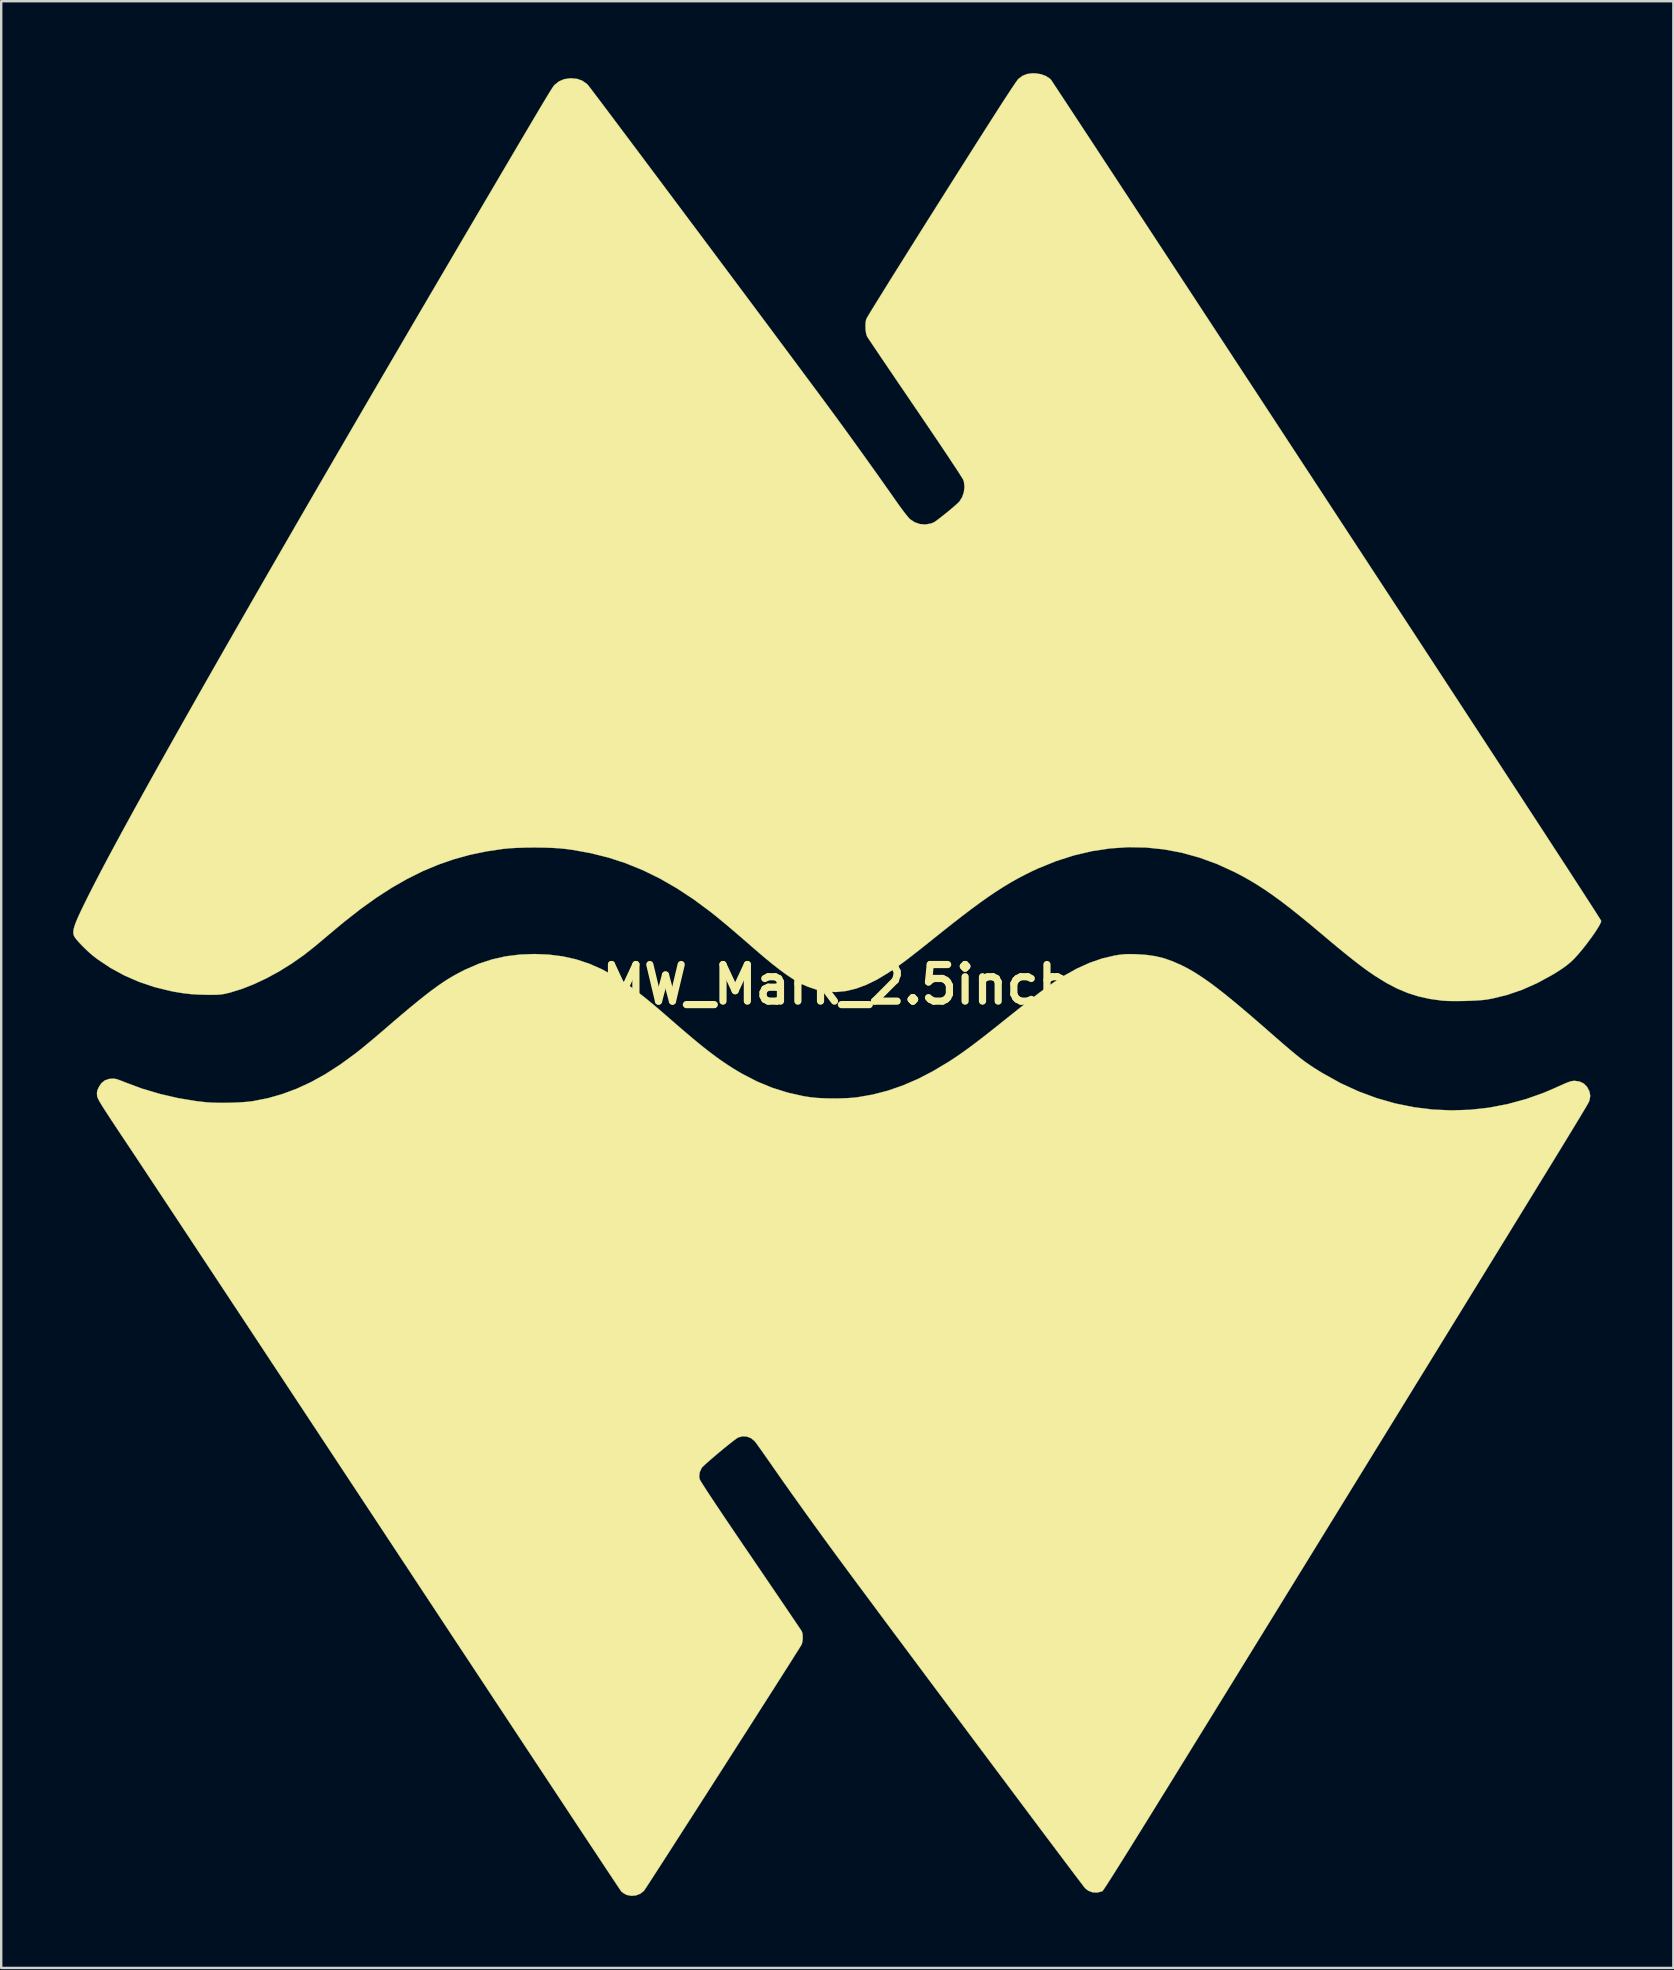
<source format=kicad_pcb>
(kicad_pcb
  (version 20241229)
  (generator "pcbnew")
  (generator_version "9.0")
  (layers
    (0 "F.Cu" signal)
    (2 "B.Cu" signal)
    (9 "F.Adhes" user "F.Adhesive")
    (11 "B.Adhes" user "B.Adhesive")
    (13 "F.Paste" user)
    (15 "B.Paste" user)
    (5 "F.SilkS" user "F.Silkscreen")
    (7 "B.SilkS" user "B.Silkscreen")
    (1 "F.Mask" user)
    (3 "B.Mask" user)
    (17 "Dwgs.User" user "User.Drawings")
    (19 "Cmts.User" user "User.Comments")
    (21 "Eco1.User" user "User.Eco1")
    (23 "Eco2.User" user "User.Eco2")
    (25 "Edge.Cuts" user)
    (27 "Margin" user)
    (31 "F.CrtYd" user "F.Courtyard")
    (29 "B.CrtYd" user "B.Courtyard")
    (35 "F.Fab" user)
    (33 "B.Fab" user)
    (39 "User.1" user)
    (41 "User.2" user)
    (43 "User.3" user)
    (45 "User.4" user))
  (footprint "MW_Mark_2.5inch"
    (layer "F.Cu")
    (at 31.827 37.973)
    (property "Reference" "MW_Mark_2.5inch" (at 0 0 0) (layer "F.SilkS") (effects (font (size 1.524 1.524) (thickness 0.3))))
    (attr through_hole)
    (fp_poly (pts (xy 8.273 -37.966) (xy 8.499 -37.931) (xy 8.702 -37.855) (xy 8.867 -37.746) (xy 8.908 -37.706) (xy 8.929 -37.676) (xy 8.984 -37.594) (xy 9.071 -37.461) (xy 9.191 -37.28) (xy 9.342 -37.051) (xy 9.524 -36.775) (xy 9.734 -36.455) (xy 9.974 -36.091) (xy 10.24 -35.685) (xy 10.534 -35.239) (xy 10.853 -34.753) (xy 11.196 -34.229) (xy 11.564 -33.669) (xy 11.954 -33.074) (xy 12.367 -32.445) (xy 12.801 -31.784) (xy 13.255 -31.092) (xy 13.728 -30.371) (xy 14.219 -29.622) (xy 14.728 -28.846) (xy 15.253 -28.044) (xy 15.794 -27.219) (xy 16.35 -26.371) (xy 16.919 -25.502) (xy 17.502 -24.614) (xy 18.096 -23.707) (xy 18.701 -22.783) (xy 19.316 -21.844) (xy 19.941 -20.891) (xy 20.406 -20.18) (xy 21.185 -18.991) (xy 21.94 -17.838) (xy 22.671 -16.721) (xy 23.378 -15.642) (xy 24.059 -14.601) (xy 24.714 -13.599) (xy 25.344 -12.636) (xy 25.948 -11.713) (xy 26.524 -10.831) (xy 27.074 -9.99) (xy 27.596 -9.191) (xy 28.089 -8.435) (xy 28.555 -7.722) (xy 28.991 -7.053) (xy 29.398 -6.428) (xy 29.775 -5.849) (xy 30.123 -5.315) (xy 30.439 -4.829) (xy 30.724 -4.389) (xy 30.978 -3.997) (xy 31.2 -3.654) (xy 31.39 -3.36) (xy 31.547 -3.116) (xy 31.671 -2.922) (xy 31.761 -2.78) (xy 31.817 -2.689) (xy 31.839 -2.651) (xy 31.839 -2.65) (xy 31.817 -2.576) (xy 31.759 -2.461) (xy 31.67 -2.313) (xy 31.556 -2.14) (xy 31.421 -1.948) (xy 31.272 -1.747) (xy 31.113 -1.542) (xy 30.949 -1.343) (xy 30.838 -1.214) (xy 30.697 -1.062) (xy 30.553 -0.926) (xy 30.395 -0.796) (xy 30.211 -0.664) (xy 29.989 -0.52) (xy 29.79 -0.399) (xy 29.17 -0.061) (xy 28.546 0.216) (xy 27.919 0.431) (xy 27.291 0.584) (xy 27.069 0.623) (xy 26.901 0.643) (xy 26.685 0.66) (xy 26.435 0.673) (xy 26.168 0.682) (xy 25.898 0.686) (xy 25.641 0.686) (xy 25.411 0.681) (xy 25.225 0.669) (xy 25.193 0.666) (xy 24.694 0.597) (xy 24.226 0.493) (xy 23.776 0.35) (xy 23.333 0.164) (xy 22.886 -0.07) (xy 22.423 -0.356) (xy 22.376 -0.387) (xy 22.176 -0.524) (xy 21.961 -0.679) (xy 21.728 -0.854) (xy 21.472 -1.053) (xy 21.187 -1.281) (xy 20.87 -1.54) (xy 20.514 -1.836) (xy 20.164 -2.131) (xy 19.695 -2.524) (xy 19.265 -2.875) (xy 18.869 -3.19) (xy 18.502 -3.471) (xy 18.156 -3.723) (xy 17.828 -3.95) (xy 17.51 -4.156) (xy 17.199 -4.344) (xy 16.887 -4.519) (xy 16.569 -4.685) (xy 16.544 -4.698) (xy 15.823 -5.027) (xy 15.094 -5.292) (xy 14.359 -5.495) (xy 13.619 -5.634) (xy 12.875 -5.711) (xy 12.127 -5.724) (xy 11.378 -5.674) (xy 10.627 -5.561) (xy 9.877 -5.385) (xy 9.129 -5.146) (xy 8.382 -4.843) (xy 8.132 -4.728) (xy 7.829 -4.578) (xy 7.532 -4.422) (xy 7.236 -4.255) (xy 6.936 -4.074) (xy 6.626 -3.876) (xy 6.301 -3.657) (xy 5.957 -3.413) (xy 5.588 -3.141) (xy 5.188 -2.837) (xy 4.753 -2.498) (xy 4.278 -2.121) (xy 4.149 -2.018) (xy 3.81 -1.746) (xy 3.513 -1.51) (xy 3.254 -1.307) (xy 3.027 -1.13) (xy 2.825 -0.977) (xy 2.643 -0.843) (xy 2.476 -0.723) (xy 2.316 -0.613) (xy 2.16 -0.509) (xy 2.125 -0.486) (xy 1.661 -0.207) (xy 1.215 0.011) (xy 0.784 0.17) (xy 0.366 0.269) (xy -0.042 0.31) (xy -0.443 0.292) (xy -0.839 0.217) (xy -1.233 0.083) (xy -1.423 -0.002) (xy -1.637 -0.114) (xy -1.866 -0.251) (xy -2.112 -0.416) (xy -2.382 -0.613) (xy -2.68 -0.845) (xy -3.01 -1.116) (xy -3.377 -1.429) (xy -3.533 -1.565) (xy -3.955 -1.932) (xy -4.333 -2.256) (xy -4.668 -2.539) (xy -4.962 -2.782) (xy -5.216 -2.986) (xy -5.268 -3.027) (xy -5.973 -3.55) (xy -6.674 -4.012) (xy -7.374 -4.415) (xy -8.079 -4.761) (xy -8.793 -5.052) (xy -9.52 -5.29) (xy -10.266 -5.477) (xy -11.034 -5.615) (xy -11.331 -5.654) (xy -11.599 -5.68) (xy -11.915 -5.698) (xy -12.262 -5.709) (xy -12.625 -5.712) (xy -12.988 -5.708) (xy -13.335 -5.697) (xy -13.651 -5.679) (xy -13.91 -5.654) (xy -14.615 -5.549) (xy -15.299 -5.406) (xy -15.964 -5.222) (xy -16.617 -4.996) (xy -17.261 -4.726) (xy -17.902 -4.408) (xy -18.545 -4.041) (xy -19.194 -3.622) (xy -19.854 -3.149) (xy -20.529 -2.62) (xy -20.829 -2.372) (xy -21.017 -2.214) (xy -21.214 -2.049) (xy -21.405 -1.888) (xy -21.578 -1.743) (xy -21.718 -1.626) (xy -21.743 -1.604) (xy -22.221 -1.227) (xy -22.724 -0.875) (xy -23.241 -0.553) (xy -23.766 -0.267) (xy -24.287 -0.021) (xy -24.796 0.18) (xy -25.284 0.331) (xy -25.329 0.342) (xy -25.465 0.375) (xy -25.581 0.398) (xy -25.695 0.413) (xy -25.822 0.422) (xy -25.979 0.426) (xy -26.181 0.426) (xy -26.212 0.426) (xy -26.584 0.418) (xy -26.921 0.397) (xy -27.248 0.359) (xy -27.593 0.303) (xy -27.771 0.268) (xy -28.438 0.104) (xy -29.083 -0.113) (xy -29.698 -0.381) (xy -30.279 -0.698) (xy -30.82 -1.06) (xy -30.954 -1.162) (xy -31.094 -1.277) (xy -31.243 -1.412) (xy -31.393 -1.557) (xy -31.533 -1.7) (xy -31.652 -1.832) (xy -31.741 -1.942) (xy -31.783 -2.007) (xy -31.809 -2.072) (xy -31.822 -2.145) (xy -31.82 -2.231) (xy -31.802 -2.335) (xy -31.764 -2.463) (xy -31.707 -2.618) (xy -31.627 -2.806) (xy -31.523 -3.032) (xy -31.394 -3.301) (xy -31.237 -3.618) (xy -31.128 -3.835) (xy -30.902 -4.278) (xy -30.644 -4.774) (xy -30.353 -5.323) (xy -30.03 -5.924) (xy -29.675 -6.578) (xy -29.289 -7.282) (xy -28.873 -8.036) (xy -28.426 -8.841) (xy -27.948 -9.694) (xy -27.441 -10.596) (xy -26.905 -11.545) (xy -26.34 -12.541) (xy -25.746 -13.584) (xy -25.123 -14.673) (xy -24.473 -15.806) (xy -23.796 -16.984) (xy -23.091 -18.206) (xy -22.36 -19.471) (xy -21.603 -20.778) (xy -20.819 -22.127) (xy -20.01 -23.517) (xy -19.176 -24.947) (xy -18.317 -26.417) (xy -17.434 -27.927) (xy -16.526 -29.474) (xy -15.595 -31.06) (xy -14.721 -32.546) (xy -14.364 -33.151) (xy -14.039 -33.705) (xy -13.742 -34.208) (xy -13.474 -34.663) (xy -13.232 -35.074) (xy -13.015 -35.441) (xy -12.821 -35.769) (xy -12.65 -36.058) (xy -12.499 -36.313) (xy -12.368 -36.534) (xy -12.254 -36.724) (xy -12.156 -36.887) (xy -12.074 -37.023) (xy -12.004 -37.137) (xy -11.947 -37.23) (xy -11.9 -37.304) (xy -11.862 -37.362) (xy -11.832 -37.407) (xy -11.807 -37.441) (xy -11.788 -37.466) (xy -11.771 -37.484) (xy -11.767 -37.489) (xy -11.585 -37.633) (xy -11.37 -37.724) (xy -11.124 -37.76) (xy -11.08 -37.761) (xy -10.835 -37.738) (xy -10.628 -37.667) (xy -10.447 -37.545) (xy -10.385 -37.485) (xy -10.356 -37.45) (xy -10.291 -37.366) (xy -10.192 -37.236) (xy -10.061 -37.063) (xy -9.899 -36.849) (xy -9.709 -36.596) (xy -9.492 -36.308) (xy -9.251 -35.986) (xy -8.987 -35.634) (xy -8.701 -35.254) (xy -8.397 -34.848) (xy -8.076 -34.419) (xy -7.74 -33.97) (xy -7.39 -33.503) (xy -7.029 -33.02) (xy -6.659 -32.525) (xy -6.281 -32.019) (xy -5.897 -31.506) (xy -5.51 -30.988) (xy -5.12 -30.466) (xy -4.731 -29.945) (xy -4.344 -29.427) (xy -3.961 -28.913) (xy -3.583 -28.407) (xy -3.213 -27.911) (xy -2.853 -27.428) (xy -2.505 -26.959) (xy -2.169 -26.509) (xy -1.849 -26.079) (xy -1.546 -25.672) (xy -1.263 -25.291) (xy -1 -24.937) (xy -0.76 -24.614) (xy -0.545 -24.324) (xy -0.357 -24.069) (xy -0.198 -23.853) (xy -0.069 -23.677) (xy -0.056 -23.66) (xy 0.212 -23.293) (xy 0.5 -22.896) (xy 0.801 -22.479) (xy 1.107 -22.053) (xy 1.411 -21.627) (xy 1.707 -21.213) (xy 1.985 -20.819) (xy 2.241 -20.457) (xy 2.46 -20.143) (xy 2.591 -19.959) (xy 2.719 -19.785) (xy 2.836 -19.63) (xy 2.936 -19.505) (xy 3.011 -19.419) (xy 3.039 -19.392) (xy 3.232 -19.263) (xy 3.448 -19.188) (xy 3.677 -19.169) (xy 3.906 -19.209) (xy 4.016 -19.25) (xy 4.079 -19.288) (xy 4.18 -19.36) (xy 4.308 -19.457) (xy 4.454 -19.572) (xy 4.606 -19.695) (xy 4.755 -19.818) (xy 4.891 -19.934) (xy 5.003 -20.034) (xy 5.081 -20.109) (xy 5.1 -20.13) (xy 5.212 -20.308) (xy 5.283 -20.515) (xy 5.309 -20.732) (xy 5.287 -20.941) (xy 5.261 -21.026) (xy 5.234 -21.074) (xy 5.174 -21.171) (xy 5.083 -21.314) (xy 4.963 -21.499) (xy 4.815 -21.722) (xy 4.644 -21.981) (xy 4.45 -22.271) (xy 4.237 -22.59) (xy 4.005 -22.933) (xy 3.759 -23.297) (xy 3.5 -23.679) (xy 3.249 -24.048) (xy 2.987 -24.433) (xy 2.734 -24.805) (xy 2.493 -25.16) (xy 2.266 -25.494) (xy 2.056 -25.804) (xy 1.864 -26.087) (xy 1.695 -26.338) (xy 1.549 -26.555) (xy 1.429 -26.734) (xy 1.337 -26.871) (xy 1.277 -26.962) (xy 1.25 -27.005) (xy 1.249 -27.006) (xy 1.213 -27.115) (xy 1.19 -27.263) (xy 1.182 -27.428) (xy 1.189 -27.587) (xy 1.213 -27.716) (xy 1.217 -27.729) (xy 1.239 -27.77) (xy 1.293 -27.862) (xy 1.377 -28.002) (xy 1.491 -28.188) (xy 1.632 -28.416) (xy 1.798 -28.684) (xy 1.988 -28.99) (xy 2.199 -29.33) (xy 2.431 -29.701) (xy 2.682 -30.101) (xy 2.949 -30.527) (xy 3.231 -30.976) (xy 3.526 -31.446) (xy 3.833 -31.933) (xy 4.15 -32.436) (xy 4.34 -32.737) (xy 4.753 -33.39) (xy 5.133 -33.991) (xy 5.482 -34.541) (xy 5.799 -35.041) (xy 6.087 -35.493) (xy 6.346 -35.899) (xy 6.577 -36.261) (xy 6.781 -36.579) (xy 6.959 -36.855) (xy 7.113 -37.09) (xy 7.242 -37.287) (xy 7.349 -37.447) (xy 7.433 -37.571) (xy 7.497 -37.661) (xy 7.54 -37.718) (xy 7.56 -37.739) (xy 7.727 -37.864) (xy 7.911 -37.938) (xy 8.125 -37.968) (xy 8.273 -37.966)) (stroke (width 0.01) (type solid)) (fill yes) (layer "F.SilkS"))
    (fp_poly (pts (xy -12.012 -1.249) (xy -11.434 -1.176) (xy -10.877 -1.052) (xy -10.335 -0.873) (xy -9.8 -0.639) (xy -9.264 -0.346) (xy -8.914 -0.124) (xy -8.69 0.029) (xy -8.463 0.192) (xy -8.227 0.371) (xy -7.975 0.57) (xy -7.7 0.796) (xy -7.395 1.054) (xy -7.053 1.35) (xy -6.971 1.421) (xy -6.57 1.77) (xy -6.209 2.078) (xy -5.883 2.352) (xy -5.586 2.594) (xy -5.312 2.809) (xy -5.056 3.002) (xy -4.811 3.177) (xy -4.573 3.338) (xy -4.336 3.49) (xy -4.094 3.636) (xy -3.949 3.72) (xy -3.336 4.037) (xy -2.699 4.3) (xy -2.047 4.505) (xy -1.386 4.652) (xy -1.098 4.696) (xy -0.834 4.723) (xy -0.526 4.739) (xy -0.195 4.746) (xy 0.139 4.743) (xy 0.458 4.73) (xy 0.742 4.708) (xy 0.843 4.696) (xy 1.479 4.585) (xy 2.106 4.423) (xy 2.73 4.208) (xy 3.356 3.939) (xy 3.989 3.612) (xy 4.634 3.227) (xy 4.727 3.167) (xy 4.933 3.031) (xy 5.143 2.888) (xy 5.362 2.732) (xy 5.598 2.559) (xy 5.855 2.365) (xy 6.14 2.145) (xy 6.46 1.894) (xy 6.819 1.608) (xy 6.95 1.503) (xy 7.324 1.204) (xy 7.654 0.942) (xy 7.945 0.713) (xy 8.202 0.514) (xy 8.43 0.34) (xy 8.635 0.187) (xy 8.821 0.053) (xy 8.993 -0.067) (xy 9.157 -0.177) (xy 9.317 -0.281) (xy 9.469 -0.375) (xy 9.999 -0.67) (xy 10.527 -0.908) (xy 11.051 -1.089) (xy 11.565 -1.209) (xy 11.59 -1.213) (xy 11.763 -1.241) (xy 11.914 -1.258) (xy 12.063 -1.268) (xy 12.231 -1.269) (xy 12.437 -1.265) (xy 12.493 -1.263) (xy 12.902 -1.235) (xy 13.273 -1.181) (xy 13.626 -1.094) (xy 13.98 -0.969) (xy 14.355 -0.803) (xy 14.403 -0.779) (xy 14.613 -0.671) (xy 14.83 -0.548) (xy 15.056 -0.407) (xy 15.296 -0.247) (xy 15.553 -0.065) (xy 15.831 0.143) (xy 16.133 0.379) (xy 16.463 0.646) (xy 16.825 0.947) (xy 17.222 1.285) (xy 17.659 1.662) (xy 18.031 1.988) (xy 18.338 2.256) (xy 18.604 2.486) (xy 18.835 2.684) (xy 19.038 2.854) (xy 19.219 3.001) (xy 19.385 3.13) (xy 19.541 3.246) (xy 19.696 3.353) (xy 19.854 3.458) (xy 20.022 3.564) (xy 20.206 3.677) (xy 20.26 3.709) (xy 20.984 4.11) (xy 21.725 4.45) (xy 22.479 4.73) (xy 23.245 4.95) (xy 24.02 5.108) (xy 24.801 5.206) (xy 25.585 5.242) (xy 26.371 5.217) (xy 27.155 5.13) (xy 27.935 4.981) (xy 28.708 4.77) (xy 29.395 4.528) (xy 29.532 4.472) (xy 29.707 4.398) (xy 29.898 4.314) (xy 30.086 4.23) (xy 30.125 4.213) (xy 30.307 4.131) (xy 30.445 4.074) (xy 30.551 4.038) (xy 30.637 4.018) (xy 30.715 4.011) (xy 30.739 4.011) (xy 30.939 4.04) (xy 31.111 4.123) (xy 31.247 4.258) (xy 31.342 4.438) (xy 31.348 4.453) (xy 31.381 4.635) (xy 31.354 4.811) (xy 31.325 4.886) (xy 31.314 4.908) (xy 31.297 4.94) (xy 31.272 4.984) (xy 31.239 5.041) (xy 31.198 5.112) (xy 31.147 5.198) (xy 31.085 5.301) (xy 31.013 5.421) (xy 30.93 5.56) (xy 30.833 5.719) (xy 30.724 5.899) (xy 30.601 6.102) (xy 30.463 6.328) (xy 30.31 6.579) (xy 30.141 6.856) (xy 29.955 7.16) (xy 29.752 7.492) (xy 29.53 7.853) (xy 29.289 8.245) (xy 29.029 8.67) (xy 28.748 9.127) (xy 28.447 9.618) (xy 28.123 10.145) (xy 27.777 10.708) (xy 27.407 11.309) (xy 27.014 11.949) (xy 26.595 12.63) (xy 26.151 13.351) (xy 25.681 14.115) (xy 25.184 14.923) (xy 24.659 15.776) (xy 24.106 16.674) (xy 23.524 17.621) (xy 22.912 18.615) (xy 22.269 19.659) (xy 21.595 20.754) (xy 20.889 21.901) (xy 20.27 22.907) (xy 19.586 24.017) (xy 18.935 25.074) (xy 18.316 26.08) (xy 17.728 27.034) (xy 17.17 27.939) (xy 16.643 28.795) (xy 16.144 29.604) (xy 15.674 30.367) (xy 15.231 31.084) (xy 14.815 31.758) (xy 14.426 32.389) (xy 14.062 32.978) (xy 13.723 33.527) (xy 13.407 34.036) (xy 13.116 34.507) (xy 12.847 34.941) (xy 12.6 35.339) (xy 12.374 35.702) (xy 12.169 36.032) (xy 11.983 36.329) (xy 11.817 36.594) (xy 11.669 36.83) (xy 11.539 37.036) (xy 11.426 37.215) (xy 11.329 37.366) (xy 11.248 37.492) (xy 11.182 37.594) (xy 11.129 37.672) (xy 11.091 37.728) (xy 11.065 37.762) (xy 11.051 37.777) (xy 11.05 37.778) (xy 10.842 37.831) (xy 10.647 37.823) (xy 10.47 37.756) (xy 10.344 37.66) (xy 10.316 37.626) (xy 10.252 37.544) (xy 10.154 37.415) (xy 10.023 37.243) (xy 9.862 37.03) (xy 9.673 36.779) (xy 9.456 36.492) (xy 9.215 36.171) (xy 8.951 35.819) (xy 8.665 35.439) (xy 8.361 35.033) (xy 8.039 34.604) (xy 7.702 34.153) (xy 7.351 33.685) (xy 6.989 33.2) (xy 6.616 32.703) (xy 6.236 32.194) (xy 5.85 31.678) (xy 5.459 31.155) (xy 5.067 30.63) (xy 4.674 30.103) (xy 4.282 29.579) (xy 3.894 29.059) (xy 3.511 28.545) (xy 3.135 28.041) (xy 2.768 27.549) (xy 2.412 27.072) (xy 2.069 26.611) (xy 1.741 26.17) (xy 1.429 25.75) (xy 1.136 25.355) (xy 0.862 24.987) (xy 0.611 24.649) (xy 0.385 24.343) (xy 0.184 24.071) (xy 0.01 23.836) (xy -0.08 23.713) (xy -0.529 23.099) (xy -0.978 22.48) (xy -1.419 21.867) (xy -1.846 21.269) (xy -2.252 20.696) (xy -2.628 20.159) (xy -2.768 19.957) (xy -2.914 19.748) (xy -3.052 19.551) (xy -3.176 19.375) (xy -3.283 19.227) (xy -3.365 19.113) (xy -3.42 19.041) (xy -3.435 19.022) (xy -3.582 18.901) (xy -3.753 18.833) (xy -3.934 18.821) (xy -4.112 18.867) (xy -4.122 18.872) (xy -4.183 18.91) (xy -4.282 18.982) (xy -4.412 19.082) (xy -4.565 19.204) (xy -4.733 19.34) (xy -4.907 19.484) (xy -5.08 19.63) (xy -5.243 19.77) (xy -5.389 19.897) (xy -5.51 20.006) (xy -5.596 20.089) (xy -5.641 20.139) (xy -5.642 20.14) (xy -5.723 20.318) (xy -5.744 20.498) (xy -5.727 20.602) (xy -5.703 20.652) (xy -5.644 20.752) (xy -5.549 20.902) (xy -5.419 21.103) (xy -5.254 21.354) (xy -5.053 21.657) (xy -4.817 22.01) (xy -4.544 22.415) (xy -4.236 22.871) (xy -3.891 23.379) (xy -3.598 23.808) (xy -3.327 24.207) (xy -3.065 24.592) (xy -2.815 24.96) (xy -2.579 25.307) (xy -2.359 25.631) (xy -2.159 25.926) (xy -1.979 26.192) (xy -1.822 26.423) (xy -1.692 26.617) (xy -1.589 26.77) (xy -1.516 26.879) (xy -1.475 26.941) (xy -1.468 26.953) (xy -1.439 27.05) (xy -1.429 27.183) (xy -1.436 27.324) (xy -1.46 27.449) (xy -1.481 27.503) (xy -1.507 27.547) (xy -1.565 27.641) (xy -1.653 27.781) (xy -1.77 27.965) (xy -1.911 28.19) (xy -2.077 28.451) (xy -2.265 28.746) (xy -2.472 29.072) (xy -2.697 29.425) (xy -2.938 29.802) (xy -3.192 30.2) (xy -3.457 30.616) (xy -3.732 31.047) (xy -4.015 31.488) (xy -4.302 31.938) (xy -4.593 32.393) (xy -4.886 32.85) (xy -5.177 33.304) (xy -5.465 33.755) (xy -5.749 34.197) (xy -6.025 34.628) (xy -6.293 35.044) (xy -6.549 35.443) (xy -6.792 35.822) (xy -7.02 36.176) (xy -7.23 36.503) (xy -7.421 36.799) (xy -7.591 37.062) (xy -7.737 37.288) (xy -7.858 37.474) (xy -7.951 37.616) (xy -8.015 37.712) (xy -8.046 37.759) (xy -8.049 37.762) (xy -8.197 37.88) (xy -8.375 37.949) (xy -8.565 37.968) (xy -8.752 37.933) (xy -8.801 37.913) (xy -8.898 37.857) (xy -8.981 37.793) (xy -8.996 37.778) (xy -9.017 37.747) (xy -9.073 37.664) (xy -9.161 37.532) (xy -9.282 37.351) (xy -9.433 37.123) (xy -9.615 36.849) (xy -9.825 36.532) (xy -10.063 36.172) (xy -10.329 35.771) (xy -10.62 35.332) (xy -10.936 34.854) (xy -11.275 34.34) (xy -11.638 33.792) (xy -12.022 33.211) (xy -12.427 32.598) (xy -12.852 31.955) (xy -13.296 31.283) (xy -13.757 30.585) (xy -14.236 29.861) (xy -14.729 29.113) (xy -15.238 28.343) (xy -15.76 27.553) (xy -16.295 26.743) (xy -16.841 25.915) (xy -17.398 25.072) (xy -17.964 24.213) (xy -18.526 23.363) (xy -19.112 22.474) (xy -19.695 21.591) (xy -20.273 20.716) (xy -20.844 19.85) (xy -21.408 18.996) (xy -21.963 18.155) (xy -22.508 17.33) (xy -23.042 16.521) (xy -23.564 15.732) (xy -24.071 14.963) (xy -24.564 14.216) (xy -25.041 13.495) (xy -25.501 12.799) (xy -25.942 12.131) (xy -26.364 11.494) (xy -26.764 10.888) (xy -27.142 10.316) (xy -27.497 9.779) (xy -27.827 9.28) (xy -28.132 8.82) (xy -28.409 8.401) (xy -28.658 8.025) (xy -28.878 7.693) (xy -29.067 7.408) (xy -29.223 7.172) (xy -29.347 6.986) (xy -29.4 6.906) (xy -29.658 6.519) (xy -29.883 6.182) (xy -30.077 5.889) (xy -30.242 5.639) (xy -30.381 5.427) (xy -30.496 5.249) (xy -30.59 5.103) (xy -30.664 4.983) (xy -30.721 4.887) (xy -30.763 4.81) (xy -30.793 4.75) (xy -30.813 4.703) (xy -30.825 4.664) (xy -30.831 4.63) (xy -30.832 4.624) (xy -30.838 4.516) (xy -30.824 4.425) (xy -30.783 4.32) (xy -30.764 4.281) (xy -30.655 4.111) (xy -30.517 3.998) (xy -30.345 3.935) (xy -30.243 3.922) (xy -30.162 3.919) (xy -30.086 3.926) (xy -30 3.946) (xy -29.891 3.983) (xy -29.744 4.04) (xy -29.668 4.072) (xy -28.959 4.335) (xy -28.215 4.556) (xy -27.453 4.732) (xy -26.69 4.858) (xy -26.28 4.904) (xy -26.047 4.919) (xy -25.773 4.927) (xy -25.475 4.927) (xy -25.171 4.921) (xy -24.875 4.908) (xy -24.606 4.888) (xy -24.38 4.863) (xy -24.334 4.856) (xy -23.718 4.735) (xy -23.112 4.562) (xy -22.512 4.338) (xy -21.913 4.061) (xy -21.312 3.727) (xy -20.705 3.336) (xy -20.088 2.886) (xy -19.838 2.69) (xy -19.684 2.564) (xy -19.497 2.409) (xy -19.294 2.239) (xy -19.089 2.065) (xy -18.898 1.902) (xy -18.891 1.895) (xy -18.469 1.532) (xy -18.09 1.209) (xy -17.748 0.923) (xy -17.439 0.67) (xy -17.159 0.447) (xy -16.902 0.25) (xy -16.665 0.076) (xy -16.443 -0.078) (xy -16.231 -0.216) (xy -16.024 -0.34) (xy -15.819 -0.455) (xy -15.611 -0.564) (xy -15.49 -0.624) (xy -14.935 -0.865) (xy -14.375 -1.049) (xy -13.804 -1.177) (xy -13.21 -1.251) (xy -12.62 -1.273) (xy -12.012 -1.249)) (stroke (width 0.01) (type solid)) (fill yes) (layer "F.SilkS")))
  (gr_rect
    (start -3 -3)
    (end 66.671 78.946)
    (stroke (width 0.1) (type default))
    (fill no)
    (layer "Edge.Cuts")))
</source>
